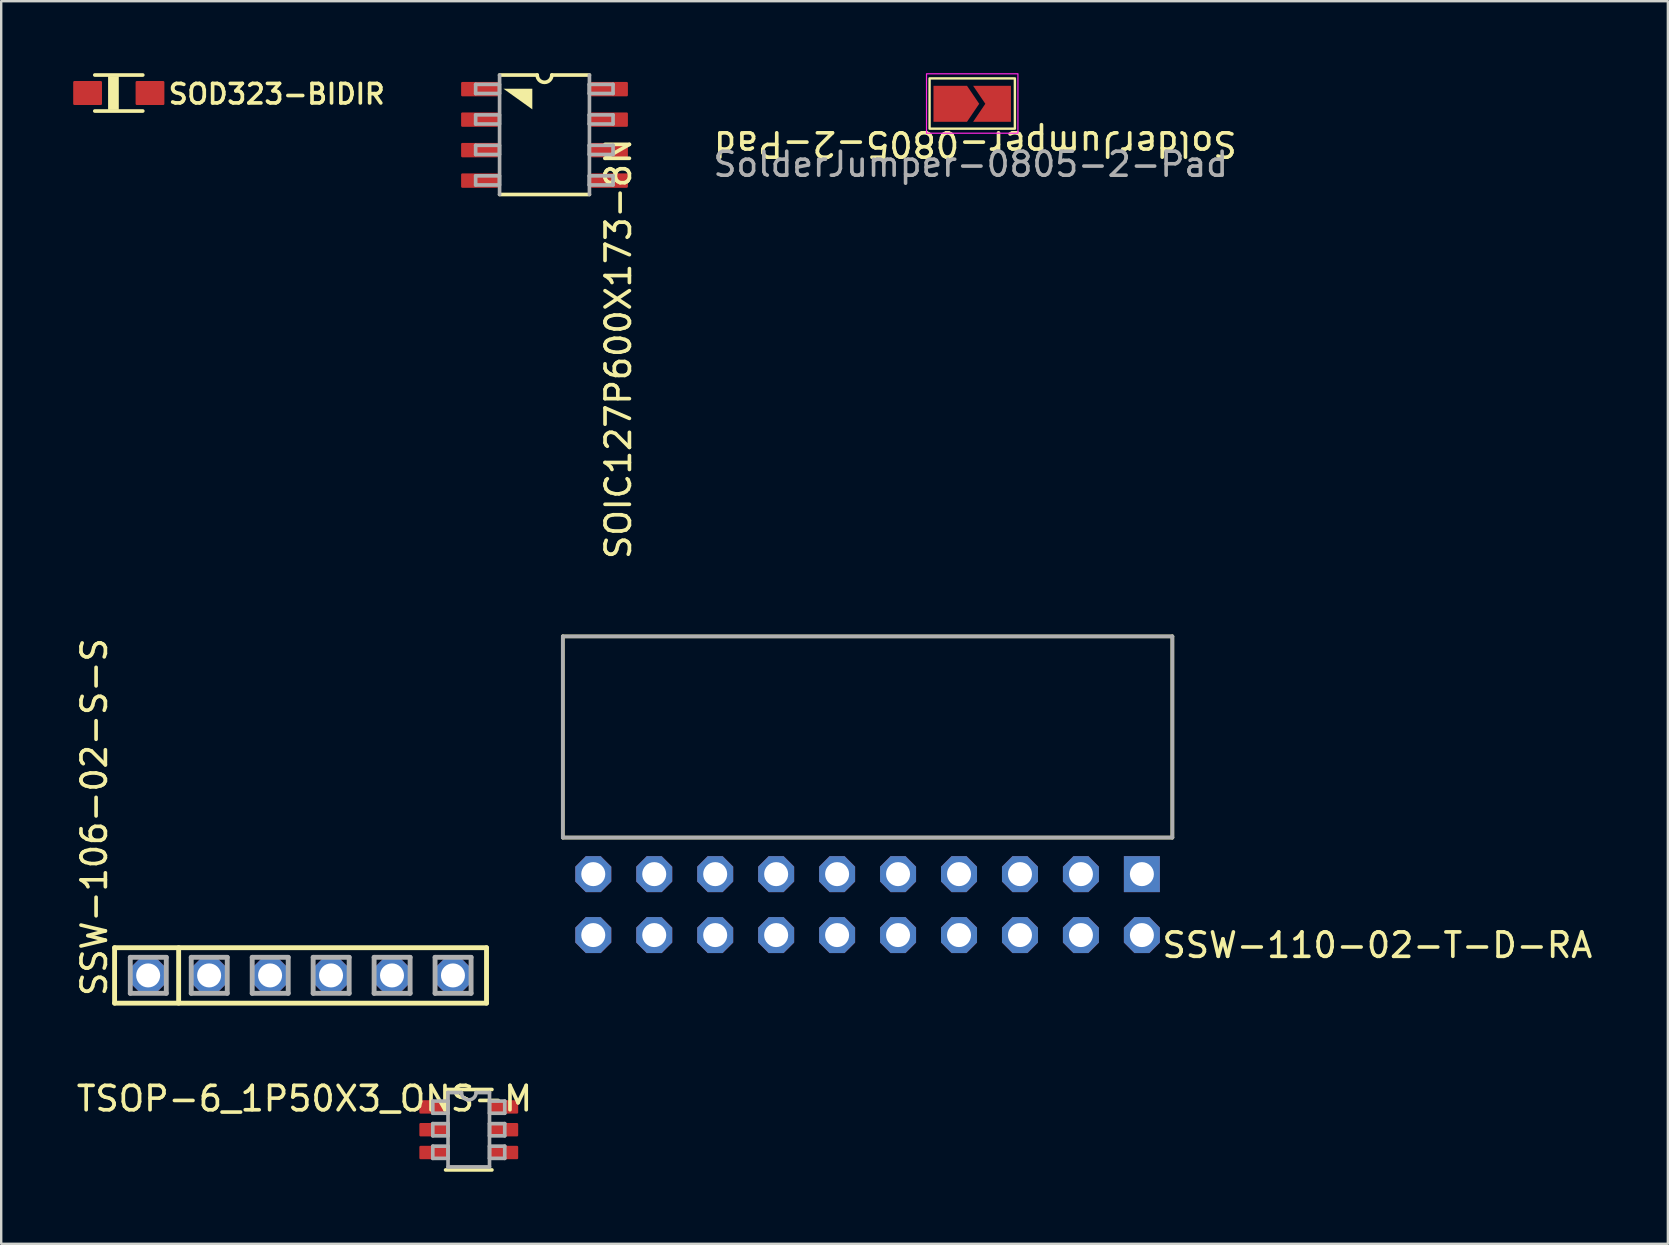
<source format=kicad_pcb>
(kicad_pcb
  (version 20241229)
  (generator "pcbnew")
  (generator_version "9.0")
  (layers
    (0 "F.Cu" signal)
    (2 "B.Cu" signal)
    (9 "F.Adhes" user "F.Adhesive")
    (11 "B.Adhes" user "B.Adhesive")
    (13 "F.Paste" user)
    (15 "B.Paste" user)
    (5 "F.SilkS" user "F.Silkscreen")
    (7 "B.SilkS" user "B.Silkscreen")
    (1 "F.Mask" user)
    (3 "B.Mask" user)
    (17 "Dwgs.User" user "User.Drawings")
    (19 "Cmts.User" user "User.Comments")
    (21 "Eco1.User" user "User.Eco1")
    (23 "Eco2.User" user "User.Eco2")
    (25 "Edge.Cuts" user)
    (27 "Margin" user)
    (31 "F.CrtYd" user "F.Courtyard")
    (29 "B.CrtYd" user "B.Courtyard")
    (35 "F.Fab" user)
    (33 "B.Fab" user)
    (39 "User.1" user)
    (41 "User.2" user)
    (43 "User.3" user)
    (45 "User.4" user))
  (footprint "TSOP-6_1P50X3_ONS-M"
    (layer "F.Cu")
    (at 16.483 44.024)
    (property "Reference" "TSOP-6_1P50X3_ONS-M" (at 2.736 -0.7 180) (layer "F.SilkS") (effects (font (size 1.016 1.016) (thickness 0.152)) (justify right bottom)))
    (attr smd)
    (fp_line (start -0.965 1.676) (end 0.965 1.676) (stroke (width 0.152) (type solid)) (layer "F.SilkS"))
    (fp_line (start 0.965 -1.676) (end -0.965 -1.676) (stroke (width 0.152) (type solid)) (layer "F.SilkS"))
    (fp_line (start -1.499 -1.194) (end -1.499 -0.686) (stroke (width 0.152) (type solid)) (layer "F.Fab"))
    (fp_line (start -1.499 -0.686) (end -0.864 -0.686) (stroke (width 0.152) (type solid)) (layer "F.Fab"))
    (fp_line (start -1.499 -0.254) (end -1.499 0.254) (stroke (width 0.152) (type solid)) (layer "F.Fab"))
    (fp_line (start -1.499 0.254) (end -0.864 0.254) (stroke (width 0.152) (type solid)) (layer "F.Fab"))
    (fp_line (start -1.499 0.686) (end -1.499 1.194) (stroke (width 0.152) (type solid)) (layer "F.Fab"))
    (fp_line (start -1.499 1.194) (end -0.864 1.194) (stroke (width 0.152) (type solid)) (layer "F.Fab"))
    (fp_line (start -0.864 -1.549) (end -0.864 1.549) (stroke (width 0.152) (type solid)) (layer "F.Fab"))
    (fp_line (start -0.864 -1.194) (end -1.499 -1.194) (stroke (width 0.152) (type solid)) (layer "F.Fab"))
    (fp_line (start -0.864 -0.686) (end -0.864 -1.194) (stroke (width 0.152) (type solid)) (layer "F.Fab"))
    (fp_line (start -0.864 -0.254) (end -1.499 -0.254) (stroke (width 0.152) (type solid)) (layer "F.Fab"))
    (fp_line (start -0.864 0.254) (end -0.864 -0.254) (stroke (width 0.152) (type solid)) (layer "F.Fab"))
    (fp_line (start -0.864 0.686) (end -1.499 0.686) (stroke (width 0.152) (type solid)) (layer "F.Fab"))
    (fp_line (start -0.864 1.194) (end -0.864 0.686) (stroke (width 0.152) (type solid)) (layer "F.Fab"))
    (fp_line (start -0.864 1.549) (end 0.864 1.549) (stroke (width 0.152) (type solid)) (layer "F.Fab"))
    (fp_line (start -0.305 -1.549) (end -0.864 -1.549) (stroke (width 0.152) (type solid)) (layer "F.Fab"))
    (fp_line (start 0.864 -1.549) (end 0.305 -1.549) (stroke (width 0.152) (type solid)) (layer "F.Fab"))
    (fp_line (start 0.864 -1.194) (end 0.864 -0.686) (stroke (width 0.152) (type solid)) (layer "F.Fab"))
    (fp_line (start 0.864 -0.686) (end 1.499 -0.686) (stroke (width 0.152) (type solid)) (layer "F.Fab"))
    (fp_line (start 0.864 -0.254) (end 0.864 0.254) (stroke (width 0.152) (type solid)) (layer "F.Fab"))
    (fp_line (start 0.864 0.254) (end 1.499 0.254) (stroke (width 0.152) (type solid)) (layer "F.Fab"))
    (fp_line (start 0.864 0.686) (end 0.864 1.194) (stroke (width 0.152) (type solid)) (layer "F.Fab"))
    (fp_line (start 0.864 1.194) (end 1.499 1.194) (stroke (width 0.152) (type solid)) (layer "F.Fab"))
    (fp_line (start 0.864 1.549) (end 0.864 -1.549) (stroke (width 0.152) (type solid)) (layer "F.Fab"))
    (fp_line (start 1.499 -1.194) (end 0.864 -1.194) (stroke (width 0.152) (type solid)) (layer "F.Fab"))
    (fp_line (start 1.499 -0.686) (end 1.499 -1.194) (stroke (width 0.152) (type solid)) (layer "F.Fab"))
    (fp_line (start 1.499 -0.254) (end 0.864 -0.254) (stroke (width 0.152) (type solid)) (layer "F.Fab"))
    (fp_line (start 1.499 0.254) (end 1.499 -0.254) (stroke (width 0.152) (type solid)) (layer "F.Fab"))
    (fp_line (start 1.499 0.686) (end 0.864 0.686) (stroke (width 0.152) (type solid)) (layer "F.Fab"))
    (fp_line (start 1.499 1.194) (end 1.499 0.686) (stroke (width 0.152) (type solid)) (layer "F.Fab"))
    (fp_arc (start 0.3048 -1.5494) (mid 0 -1.2446) (end -0.3048 -1.5494) (stroke (width 0.1524) (type solid)) (layer "F.Fab"))
    (pad "1" smd roundrect (at -1.455 -0.95) (size 1.208 0.559) (layers "F.Cu" "F.Mask" "F.Paste") (roundrect_rratio 0.091))
    (pad "2" smd roundrect (at -1.455 0) (size 1.208 0.559) (layers "F.Cu" "F.Mask" "F.Paste") (roundrect_rratio 0.091))
    (pad "3" smd roundrect (at -1.455 0.95) (size 1.208 0.559) (layers "F.Cu" "F.Mask" "F.Paste") (roundrect_rratio 0.091))
    (pad "4" smd roundrect (at 1.455 0.95) (size 1.208 0.559) (layers "F.Cu" "F.Mask" "F.Paste") (roundrect_rratio 0.091))
    (pad "5" smd roundrect (at 1.455 0) (size 1.208 0.559) (layers "F.Cu" "F.Mask" "F.Paste") (roundrect_rratio 0.091))
    (pad "6" smd roundrect (at 1.455 -0.95) (size 1.208 0.559) (layers "F.Cu" "F.Mask" "F.Paste") (roundrect_rratio 0.091)))
  (footprint "SSW-106-02-S-S"
    (layer "F.Cu")
    (at 9.474 37.595)
    (property "Reference" "SSW-106-02-S-S" (at -8.001 0.953 90) (layer "F.SilkS") (effects (font (size 1.016 1.016) (thickness 0.152)) (justify left bottom)))
    (fp_line (start -7.749 -1.155) (end 7.749 -1.155) (stroke (width 0.203) (type solid)) (layer "F.SilkS"))
    (fp_line (start -7.749 1.155) (end -7.749 -1.155) (stroke (width 0.203) (type solid)) (layer "F.SilkS"))
    (fp_line (start -5.08 1.155) (end -5.08 -1.155) (stroke (width 0.203) (type solid)) (layer "F.SilkS"))
    (fp_line (start 7.749 -1.155) (end 7.749 1.155) (stroke (width 0.203) (type solid)) (layer "F.SilkS"))
    (fp_line (start 7.749 1.155) (end -7.749 1.155) (stroke (width 0.203) (type solid)) (layer "F.SilkS"))
    (fp_line (start -7.095 -0.755) (end -5.595 -0.755) (stroke (width 0.203) (type solid)) (layer "F.Fab"))
    (fp_line (start -7.095 0.745) (end -7.095 -0.755) (stroke (width 0.203) (type solid)) (layer "F.Fab"))
    (fp_line (start -5.595 -0.755) (end -5.595 0.745) (stroke (width 0.203) (type solid)) (layer "F.Fab"))
    (fp_line (start -5.595 0.745) (end -7.095 0.745) (stroke (width 0.203) (type solid)) (layer "F.Fab"))
    (fp_line (start -4.555 -0.755) (end -3.055 -0.755) (stroke (width 0.203) (type solid)) (layer "F.Fab"))
    (fp_line (start -4.555 0.745) (end -4.555 -0.755) (stroke (width 0.203) (type solid)) (layer "F.Fab"))
    (fp_line (start -3.055 -0.755) (end -3.055 0.745) (stroke (width 0.203) (type solid)) (layer "F.Fab"))
    (fp_line (start -3.055 0.745) (end -4.555 0.745) (stroke (width 0.203) (type solid)) (layer "F.Fab"))
    (fp_line (start -2.015 -0.755) (end -0.515 -0.755) (stroke (width 0.203) (type solid)) (layer "F.Fab"))
    (fp_line (start -2.015 0.745) (end -2.015 -0.755) (stroke (width 0.203) (type solid)) (layer "F.Fab"))
    (fp_line (start -0.515 -0.755) (end -0.515 0.745) (stroke (width 0.203) (type solid)) (layer "F.Fab"))
    (fp_line (start -0.515 0.745) (end -2.015 0.745) (stroke (width 0.203) (type solid)) (layer "F.Fab"))
    (fp_line (start 0.525 -0.755) (end 2.025 -0.755) (stroke (width 0.203) (type solid)) (layer "F.Fab"))
    (fp_line (start 0.525 0.745) (end 0.525 -0.755) (stroke (width 0.203) (type solid)) (layer "F.Fab"))
    (fp_line (start 2.025 -0.755) (end 2.025 0.745) (stroke (width 0.203) (type solid)) (layer "F.Fab"))
    (fp_line (start 2.025 0.745) (end 0.525 0.745) (stroke (width 0.203) (type solid)) (layer "F.Fab"))
    (fp_line (start 3.065 -0.755) (end 4.565 -0.755) (stroke (width 0.203) (type solid)) (layer "F.Fab"))
    (fp_line (start 3.065 0.745) (end 3.065 -0.755) (stroke (width 0.203) (type solid)) (layer "F.Fab"))
    (fp_line (start 4.565 -0.755) (end 4.565 0.745) (stroke (width 0.203) (type solid)) (layer "F.Fab"))
    (fp_line (start 4.565 0.745) (end 3.065 0.745) (stroke (width 0.203) (type solid)) (layer "F.Fab"))
    (fp_line (start 5.605 -0.755) (end 7.105 -0.755) (stroke (width 0.203) (type solid)) (layer "F.Fab"))
    (fp_line (start 5.605 0.745) (end 5.605 -0.755) (stroke (width 0.203) (type solid)) (layer "F.Fab"))
    (fp_line (start 7.105 -0.755) (end 7.105 0.745) (stroke (width 0.203) (type solid)) (layer "F.Fab"))
    (fp_line (start 7.105 0.745) (end 5.605 0.745) (stroke (width 0.203) (type solid)) (layer "F.Fab"))
    (pad "1" thru_hole roundrect (at -6.35 0) (size 1.5 1.5) (drill 1) (layers "*.Cu" "*.Mask") (roundrect_rratio 0.25) (chamfer_ratio 0.293) (chamfer top_left top_right bottom_left bottom_right))
    (pad "2" thru_hole roundrect (at -3.81 0) (size 1.5 1.5) (drill 1) (layers "*.Cu" "*.Mask") (roundrect_rratio 0.25) (chamfer_ratio 0.293) (chamfer top_left top_right bottom_left bottom_right))
    (pad "3" thru_hole roundrect (at -1.27 0) (size 1.5 1.5) (drill 1) (layers "*.Cu" "*.Mask") (roundrect_rratio 0.25) (chamfer_ratio 0.293) (chamfer top_left top_right bottom_left bottom_right))
    (pad "4" thru_hole roundrect (at 1.27 0) (size 1.5 1.5) (drill 1) (layers "*.Cu" "*.Mask") (roundrect_rratio 0.25) (chamfer_ratio 0.293) (chamfer top_left top_right bottom_left bottom_right))
    (pad "5" thru_hole roundrect (at 3.81 0) (size 1.5 1.5) (drill 1) (layers "*.Cu" "*.Mask") (roundrect_rratio 0.25) (chamfer_ratio 0.293) (chamfer top_left top_right bottom_left bottom_right))
    (pad "6" thru_hole roundrect (at 6.35 0) (size 1.5 1.5) (drill 1) (layers "*.Cu" "*.Mask") (roundrect_rratio 0.25) (chamfer_ratio 0.293) (chamfer top_left top_right bottom_left bottom_right)))
  (footprint "SOIC127P600X173-8N"
    (layer "F.Cu")
    (at 19.639 2.565)
    (property "Reference" "SOIC127P600X173-8N" (at 3.67 0.059 90) (layer "F.SilkS") (effects (font (size 1.016 1.016) (thickness 0.152)) (justify right bottom)))
    (attr smd)
    (fp_line (start -1.872 2.489) (end 1.872 2.489) (stroke (width 0.152) (type solid)) (layer "F.SilkS"))
    (fp_line (start -0.305 -2.489) (end -1.872 -2.489) (stroke (width 0.152) (type solid)) (layer "F.SilkS"))
    (fp_line (start 1.872 -2.489) (end 0.305 -2.489) (stroke (width 0.152) (type solid)) (layer "F.SilkS"))
    (fp_arc (start 0.3048 -2.4892) (mid 0 -2.1844) (end -0.3048 -2.4892) (stroke (width 0.1524) (type solid)) (layer "F.SilkS"))
    (fp_poly (pts (xy -0.508 -1.058) (xy -1.711 -1.918) (xy -0.508 -1.918)) (stroke (width 0) (type default)) (fill yes) (layer "F.SilkS"))
    (fp_line (start -2.869 -2.099) (end -2.869 -1.718) (stroke (width 0.152) (type solid)) (layer "F.Fab"))
    (fp_line (start -2.869 -1.718) (end -1.878 -1.718) (stroke (width 0.152) (type solid)) (layer "F.Fab"))
    (fp_line (start -2.869 -0.829) (end -2.869 -0.448) (stroke (width 0.152) (type solid)) (layer "F.Fab"))
    (fp_line (start -2.869 -0.448) (end -1.878 -0.448) (stroke (width 0.152) (type solid)) (layer "F.Fab"))
    (fp_line (start -2.869 0.441) (end -2.869 0.822) (stroke (width 0.152) (type solid)) (layer "F.Fab"))
    (fp_line (start -2.869 0.822) (end -1.878 0.822) (stroke (width 0.152) (type solid)) (layer "F.Fab"))
    (fp_line (start -2.869 1.711) (end -2.869 2.092) (stroke (width 0.152) (type solid)) (layer "F.Fab"))
    (fp_line (start -2.869 2.092) (end -1.878 2.092) (stroke (width 0.152) (type solid)) (layer "F.Fab"))
    (fp_line (start -1.878 -2.099) (end -2.869 -2.099) (stroke (width 0.152) (type solid)) (layer "F.Fab"))
    (fp_line (start -1.878 -1.718) (end -1.878 -2.099) (stroke (width 0.152) (type solid)) (layer "F.Fab"))
    (fp_line (start -1.878 -0.829) (end -2.869 -0.829) (stroke (width 0.152) (type solid)) (layer "F.Fab"))
    (fp_line (start -1.878 -0.448) (end -1.878 -0.829) (stroke (width 0.152) (type solid)) (layer "F.Fab"))
    (fp_line (start -1.878 0.441) (end -2.869 0.441) (stroke (width 0.152) (type solid)) (layer "F.Fab"))
    (fp_line (start -1.878 0.822) (end -1.878 0.441) (stroke (width 0.152) (type solid)) (layer "F.Fab"))
    (fp_line (start -1.878 1.711) (end -2.869 1.711) (stroke (width 0.152) (type solid)) (layer "F.Fab"))
    (fp_line (start -1.878 2.092) (end -1.878 1.711) (stroke (width 0.152) (type solid)) (layer "F.Fab"))
    (fp_line (start -1.872 2.489) (end -1.872 -2.489) (stroke (width 0.152) (type solid)) (layer "F.Fab"))
    (fp_line (start 1.865 -2.099) (end 1.865 -1.718) (stroke (width 0.152) (type solid)) (layer "F.Fab"))
    (fp_line (start 1.865 -1.718) (end 2.856 -1.718) (stroke (width 0.152) (type solid)) (layer "F.Fab"))
    (fp_line (start 1.865 -0.829) (end 1.865 -0.448) (stroke (width 0.152) (type solid)) (layer "F.Fab"))
    (fp_line (start 1.865 -0.448) (end 2.856 -0.448) (stroke (width 0.152) (type solid)) (layer "F.Fab"))
    (fp_line (start 1.865 0.441) (end 1.865 0.822) (stroke (width 0.152) (type solid)) (layer "F.Fab"))
    (fp_line (start 1.865 0.822) (end 2.856 0.822) (stroke (width 0.152) (type solid)) (layer "F.Fab"))
    (fp_line (start 1.865 1.711) (end 1.865 2.092) (stroke (width 0.152) (type solid)) (layer "F.Fab"))
    (fp_line (start 1.865 2.092) (end 2.856 2.092) (stroke (width 0.152) (type solid)) (layer "F.Fab"))
    (fp_line (start 1.872 2.489) (end 1.872 -2.489) (stroke (width 0.152) (type solid)) (layer "F.Fab"))
    (fp_line (start 2.856 -2.099) (end 1.865 -2.099) (stroke (width 0.152) (type solid)) (layer "F.Fab"))
    (fp_line (start 2.856 -1.718) (end 2.856 -2.099) (stroke (width 0.152) (type solid)) (layer "F.Fab"))
    (fp_line (start 2.856 -0.829) (end 1.865 -0.829) (stroke (width 0.152) (type solid)) (layer "F.Fab"))
    (fp_line (start 2.856 -0.448) (end 2.856 -0.829) (stroke (width 0.152) (type solid)) (layer "F.Fab"))
    (fp_line (start 2.856 0.441) (end 1.865 0.441) (stroke (width 0.152) (type solid)) (layer "F.Fab"))
    (fp_line (start 2.856 0.822) (end 2.856 0.441) (stroke (width 0.152) (type solid)) (layer "F.Fab"))
    (fp_line (start 2.856 1.711) (end 1.865 1.711) (stroke (width 0.152) (type solid)) (layer "F.Fab"))
    (fp_line (start 2.856 2.092) (end 2.856 1.711) (stroke (width 0.152) (type solid)) (layer "F.Fab"))
    (pad "1" smd roundrect (at -2.7 -1.9) (size 1.55 0.6) (layers "F.Cu" "F.Mask" "F.Paste") (roundrect_rratio 0.085))
    (pad "2" smd roundrect (at -2.7 -0.63) (size 1.55 0.6) (layers "F.Cu" "F.Mask" "F.Paste") (roundrect_rratio 0.085))
    (pad "3" smd roundrect (at -2.7 0.64) (size 1.55 0.6) (layers "F.Cu" "F.Mask" "F.Paste") (roundrect_rratio 0.085))
    (pad "4" smd roundrect (at -2.7 1.91) (size 1.55 0.6) (layers "F.Cu" "F.Mask" "F.Paste") (roundrect_rratio 0.085))
    (pad "5" smd roundrect (at 2.7 1.91) (size 1.55 0.6) (layers "F.Cu" "F.Mask" "F.Paste") (roundrect_rratio 0.085))
    (pad "6" smd roundrect (at 2.7 0.64) (size 1.55 0.6) (layers "F.Cu" "F.Mask" "F.Paste") (roundrect_rratio 0.085))
    (pad "7" smd roundrect (at 2.7 -0.63) (size 1.55 0.6) (layers "F.Cu" "F.Mask" "F.Paste") (roundrect_rratio 0.085))
    (pad "8" smd roundrect (at 2.7 -1.9) (size 1.55 0.6) (layers "F.Cu" "F.Mask" "F.Paste") (roundrect_rratio 0.085)))
  (footprint "SSW-110-02-T-D-RA"
    (layer "F.Cu")
    (at 21.671 35.914)
    (property "Reference" "SSW-110-02-T-D-RA" (at 23.622 1.016 180) (layer "F.SilkS") (effects (font (size 1.016 1.016) (thickness 0.152)) (justify left bottom)))
    (attr through_hole)
    (fp_line (start -1.27 -12.446) (end -1.27 -4.064) (stroke (width 0.152) (type solid)) (layer "F.SilkS"))
    (fp_line (start -1.27 -4.064) (end 24.13 -4.064) (stroke (width 0.152) (type solid)) (layer "F.SilkS"))
    (fp_line (start 24.13 -12.446) (end -1.27 -12.446) (stroke (width 0.152) (type solid)) (layer "F.SilkS"))
    (fp_line (start 24.13 -4.064) (end 24.13 -12.446) (stroke (width 0.152) (type solid)) (layer "F.SilkS"))
    (fp_line (start -1.27 -12.446) (end -1.27 -4.064) (stroke (width 0.152) (type solid)) (layer "F.Fab"))
    (fp_line (start -1.27 -4.064) (end 24.13 -4.064) (stroke (width 0.152) (type solid)) (layer "F.Fab"))
    (fp_line (start 24.13 -12.446) (end -1.27 -12.446) (stroke (width 0.152) (type solid)) (layer "F.Fab"))
    (fp_line (start 24.13 -4.064) (end 24.13 -12.446) (stroke (width 0.152) (type solid)) (layer "F.Fab"))
    (pad "1" thru_hole rect (at 22.86 -2.54) (size 1.5 1.5) (drill 1) (layers "*.Cu" "*.Mask"))
    (pad "2" thru_hole roundrect (at 22.86 0) (size 1.5 1.5) (drill 1) (layers "*.Cu" "*.Mask") (roundrect_rratio 0.25) (chamfer_ratio 0.293) (chamfer top_left top_right bottom_left bottom_right))
    (pad "3" thru_hole roundrect (at 20.32 -2.54) (size 1.5 1.5) (drill 1) (layers "*.Cu" "*.Mask") (roundrect_rratio 0.25) (chamfer_ratio 0.293) (chamfer top_left top_right bottom_left bottom_right))
    (pad "4" thru_hole roundrect (at 20.32 0) (size 1.5 1.5) (drill 1) (layers "*.Cu" "*.Mask") (roundrect_rratio 0.25) (chamfer_ratio 0.293) (chamfer top_left top_right bottom_left bottom_right))
    (pad "5" thru_hole roundrect (at 17.78 -2.54) (size 1.5 1.5) (drill 1) (layers "*.Cu" "*.Mask") (roundrect_rratio 0.25) (chamfer_ratio 0.293) (chamfer top_left top_right bottom_left bottom_right))
    (pad "6" thru_hole roundrect (at 17.78 0) (size 1.5 1.5) (drill 1) (layers "*.Cu" "*.Mask") (roundrect_rratio 0.25) (chamfer_ratio 0.293) (chamfer top_left top_right bottom_left bottom_right))
    (pad "7" thru_hole roundrect (at 15.24 -2.54) (size 1.5 1.5) (drill 1) (layers "*.Cu" "*.Mask") (roundrect_rratio 0.25) (chamfer_ratio 0.293) (chamfer top_left top_right bottom_left bottom_right))
    (pad "8" thru_hole roundrect (at 15.24 0) (size 1.5 1.5) (drill 1) (layers "*.Cu" "*.Mask") (roundrect_rratio 0.25) (chamfer_ratio 0.293) (chamfer top_left top_right bottom_left bottom_right))
    (pad "9" thru_hole roundrect (at 12.7 -2.54) (size 1.5 1.5) (drill 1) (layers "*.Cu" "*.Mask") (roundrect_rratio 0.25) (chamfer_ratio 0.293) (chamfer top_left top_right bottom_left bottom_right))
    (pad "10" thru_hole roundrect (at 12.7 0) (size 1.5 1.5) (drill 1) (layers "*.Cu" "*.Mask") (roundrect_rratio 0.25) (chamfer_ratio 0.293) (chamfer top_left top_right bottom_left bottom_right))
    (pad "11" thru_hole roundrect (at 10.16 -2.54) (size 1.5 1.5) (drill 1) (layers "*.Cu" "*.Mask") (roundrect_rratio 0.25) (chamfer_ratio 0.293) (chamfer top_left top_right bottom_left bottom_right))
    (pad "12" thru_hole roundrect (at 10.16 0) (size 1.5 1.5) (drill 1) (layers "*.Cu" "*.Mask") (roundrect_rratio 0.25) (chamfer_ratio 0.293) (chamfer top_left top_right bottom_left bottom_right))
    (pad "13" thru_hole roundrect (at 7.62 -2.54) (size 1.5 1.5) (drill 1) (layers "*.Cu" "*.Mask") (roundrect_rratio 0.25) (chamfer_ratio 0.293) (chamfer top_left top_right bottom_left bottom_right))
    (pad "14" thru_hole roundrect (at 7.62 0) (size 1.5 1.5) (drill 1) (layers "*.Cu" "*.Mask") (roundrect_rratio 0.25) (chamfer_ratio 0.293) (chamfer top_left top_right bottom_left bottom_right))
    (pad "15" thru_hole roundrect (at 5.08 -2.54) (size 1.5 1.5) (drill 1) (layers "*.Cu" "*.Mask") (roundrect_rratio 0.25) (chamfer_ratio 0.293) (chamfer top_left top_right bottom_left bottom_right))
    (pad "16" thru_hole roundrect (at 5.08 0) (size 1.5 1.5) (drill 1) (layers "*.Cu" "*.Mask") (roundrect_rratio 0.25) (chamfer_ratio 0.293) (chamfer top_left top_right bottom_left bottom_right))
    (pad "17" thru_hole roundrect (at 2.54 -2.54) (size 1.5 1.5) (drill 1) (layers "*.Cu" "*.Mask") (roundrect_rratio 0.25) (chamfer_ratio 0.293) (chamfer top_left top_right bottom_left bottom_right))
    (pad "18" thru_hole roundrect (at 2.54 0) (size 1.5 1.5) (drill 1) (layers "*.Cu" "*.Mask") (roundrect_rratio 0.25) (chamfer_ratio 0.293) (chamfer top_left top_right bottom_left bottom_right))
    (pad "19" thru_hole roundrect (at 0 -2.54) (size 1.5 1.5) (drill 1) (layers "*.Cu" "*.Mask") (roundrect_rratio 0.25) (chamfer_ratio 0.293) (chamfer top_left top_right bottom_left bottom_right))
    (pad "20" thru_hole roundrect (at 0 0) (size 1.5 1.5) (drill 1) (layers "*.Cu" "*.Mask") (roundrect_rratio 0.25) (chamfer_ratio 0.293) (chamfer top_left top_right bottom_left bottom_right)))
  (footprint "SolderJumper-0805-2-Pad"
    (layer "F.Cu")
    (at 37.398 1.295)
    (property "Reference" "SolderJumper-0805-2-Pad" (at 0.191 1.651 180) (unlocked yes) (layer "F.SilkS") (effects (font (size 1.016 1.016) (thickness 0.152))))
    (attr smd exclude_from_bom)
    (fp_rect (start -1.714 -1.079) (end 1.841 1.016) (stroke (width 0.1) (type default)) (fill no) (layer "F.SilkS"))
    (fp_rect (start -1.841 -1.27) (end 1.968 1.206) (stroke (width 0.05) (type default)) (fill no) (layer "F.CrtYd"))
    (fp_text user "${REFERENCE}" (at 0 2.5 0) (unlocked yes) (layer "F.Fab") (effects (font (size 1 1) (thickness 0.15))))
    (pad "1" smd custom (at -0.662 -0.02) (size 0.3 0.3) (layers "F.Cu" "F.Mask") (options (anchor rect)) (primitives (gr_poly (pts (xy 1.016 0) (xy 0.508 0.75) (xy -0.889 0.75) (xy -0.889 -0.75) (xy 0.508 -0.75)) (width 0) (fill yes))))
    (pad "2" smd custom (at 0.787 -0.02) (size 0.3 0.3) (layers "F.Cu" "F.Mask") (options (anchor rect)) (primitives (gr_poly (pts (xy 0.889 0.75) (xy -0.686 0.75) (xy -0.178 0) (xy -0.686 -0.75) (xy 0.889 -0.75)) (width 0) (fill yes)))))
  (footprint "SOD323-BIDIR"
    (layer "F.Cu")
    (at 1.9 0.826)
    (property "Reference" "SOD323-BIDIR" (at 1.99 0.52 0) (layer "F.SilkS") (effects (font (size 0.813 0.813) (thickness 0.152)) (justify left bottom)))
    (attr smd)
    (fp_line (start -1 -0.75) (end 1 -0.75) (stroke (width 0.152) (type solid)) (layer "F.SilkS"))
    (fp_line (start 1 0.75) (end -1 0.75) (stroke (width 0.152) (type solid)) (layer "F.SilkS"))
    (fp_poly (pts (xy -0.446 0.7) (xy 0 0.7) (xy 0 -0.7) (xy -0.446 -0.7)) (stroke (width 0) (type default)) (fill yes) (layer "F.SilkS"))
    (pad "1" smd roundrect (at -1.3 0) (size 1.2 1) (layers "F.Cu" "F.Mask" "F.Paste") (roundrect_rratio 0.051))
    (pad "2" smd roundrect (at 1.3 0) (size 1.2 1) (layers "F.Cu" "F.Mask" "F.Paste") (roundrect_rratio 0.051)))
  (gr_rect
    (start -3 -3)
    (end 66.448 48.777)
    (stroke (width 0.1) (type default))
    (fill no)
    (layer "Edge.Cuts")))
</source>
